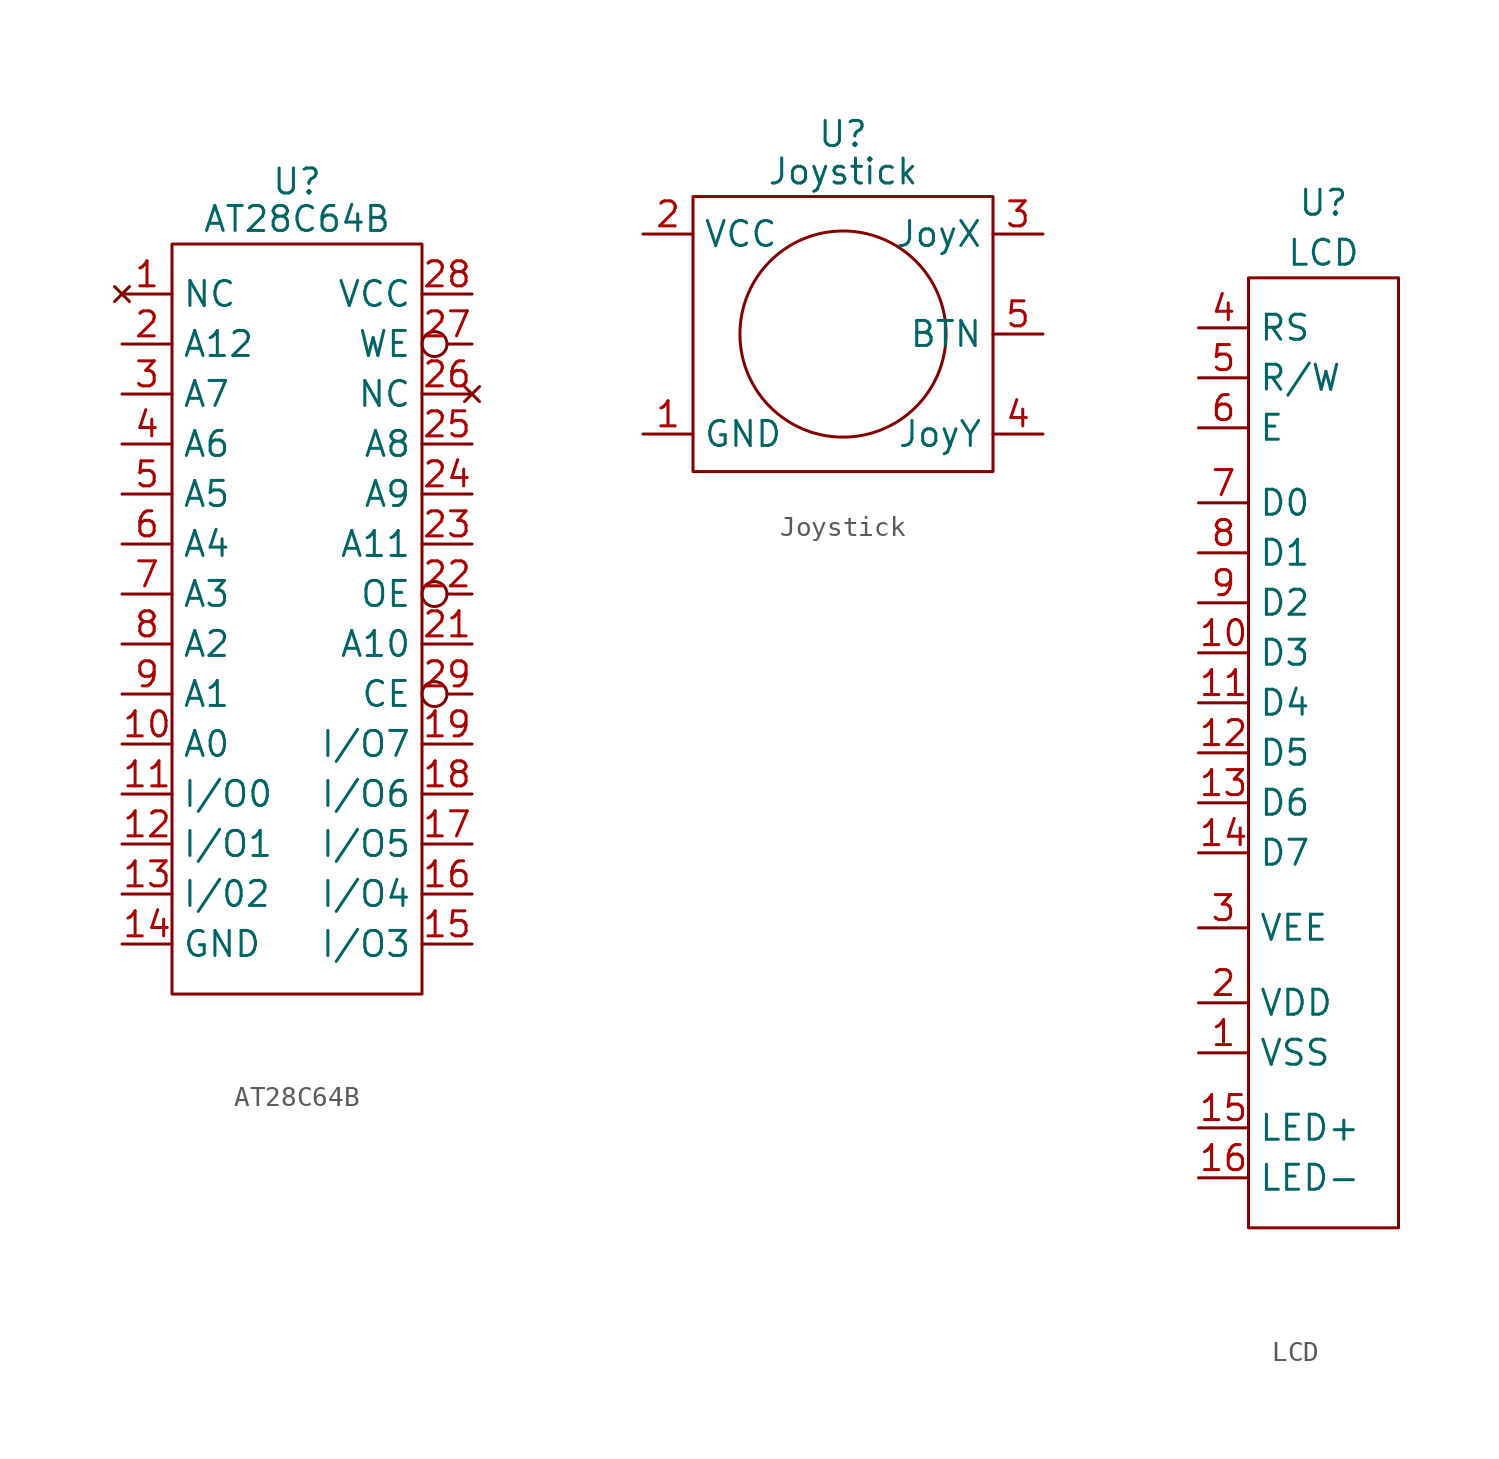
<source format=kicad_sym>
(kicad_symbol_lib
  (version 20211014)
  (generator kicad_symbol_editor)
  (symbol "AT28C64B"
    (property "Reference" "U"
      (at 0 20.955 0)
      (effects (font (size 1.27 1.27))))
    (property "Value" "AT28C64B"
      (at 0 19.05 0)
      (effects (font (size 1.27 1.27))))
    (symbol "AT28C64B_0_1"
      (rectangle (start -6.35 17.78) (end 6.35 -20.32) (stroke (width 0.152) (type default) (color 0 0 0 0)) (fill (type none))))
    (symbol "AT28C64B_1_1"
      (pin no_connect line (at -8.89 15.24 0) (length 2.54) (name "NC" (effects (font (size 1.27 1.27)))) (number "1" (effects (font (size 1.27 1.27)))))
      (pin input line (at -8.89 -7.62 0) (length 2.54) (name "A0" (effects (font (size 1.27 1.27)))) (number "10" (effects (font (size 1.27 1.27)))))
      (pin bidirectional line (at -8.89 -10.16 0) (length 2.54) (name "I/O0" (effects (font (size 1.27 1.27)))) (number "11" (effects (font (size 1.27 1.27)))))
      (pin bidirectional line (at -8.89 -12.7 0) (length 2.54) (name "I/O1" (effects (font (size 1.27 1.27)))) (number "12" (effects (font (size 1.27 1.27)))))
      (pin bidirectional line (at -8.89 -15.24 0) (length 2.54) (name "I/02" (effects (font (size 1.27 1.27)))) (number "13" (effects (font (size 1.27 1.27)))))
      (pin power_in line (at -8.89 -17.78 0) (length 2.54) (name "GND" (effects (font (size 1.27 1.27)))) (number "14" (effects (font (size 1.27 1.27)))))
      (pin bidirectional line (at 8.89 -17.78 180) (length 2.54) (name "I/O3" (effects (font (size 1.27 1.27)))) (number "15" (effects (font (size 1.27 1.27)))))
      (pin bidirectional line (at 8.89 -15.24 180) (length 2.54) (name "I/O4" (effects (font (size 1.27 1.27)))) (number "16" (effects (font (size 1.27 1.27)))))
      (pin bidirectional line (at 8.89 -12.7 180) (length 2.54) (name "I/O5" (effects (font (size 1.27 1.27)))) (number "17" (effects (font (size 1.27 1.27)))))
      (pin bidirectional line (at 8.89 -10.16 180) (length 2.54) (name "I/O6" (effects (font (size 1.27 1.27)))) (number "18" (effects (font (size 1.27 1.27)))))
      (pin bidirectional line (at 8.89 -7.62 180) (length 2.54) (name "I/O7" (effects (font (size 1.27 1.27)))) (number "19" (effects (font (size 1.27 1.27)))))
      (pin input line (at -8.89 12.7 0) (length 2.54) (name "A12" (effects (font (size 1.27 1.27)))) (number "2" (effects (font (size 1.27 1.27)))))
      (pin input line (at 8.89 -2.54 180) (length 2.54) (name "A10" (effects (font (size 1.27 1.27)))) (number "21" (effects (font (size 1.27 1.27)))))
      (pin input inverted (at 8.89 0 180) (length 2.54) (name "OE" (effects (font (size 1.27 1.27)))) (number "22" (effects (font (size 1.27 1.27)))))
      (pin input line (at 8.89 2.54 180) (length 2.54) (name "A11" (effects (font (size 1.27 1.27)))) (number "23" (effects (font (size 1.27 1.27)))))
      (pin input line (at 8.89 5.08 180) (length 2.54) (name "A9" (effects (font (size 1.27 1.27)))) (number "24" (effects (font (size 1.27 1.27)))))
      (pin input line (at 8.89 7.62 180) (length 2.54) (name "A8" (effects (font (size 1.27 1.27)))) (number "25" (effects (font (size 1.27 1.27)))))
      (pin no_connect line (at 8.89 10.16 180) (length 2.54) (name "NC" (effects (font (size 1.27 1.27)))) (number "26" (effects (font (size 1.27 1.27)))))
      (pin input inverted (at 8.89 12.7 180) (length 2.54) (name "WE" (effects (font (size 1.27 1.27)))) (number "27" (effects (font (size 1.27 1.27)))))
      (pin power_in line (at 8.89 15.24 180) (length 2.54) (name "VCC" (effects (font (size 1.27 1.27)))) (number "28" (effects (font (size 1.27 1.27)))))
      (pin input inverted (at 8.89 -5.08 180) (length 2.54) (name "CE" (effects (font (size 1.27 1.27)))) (number "29" (effects (font (size 1.27 1.27)))))
      (pin input line (at -8.89 10.16 0) (length 2.54) (name "A7" (effects (font (size 1.27 1.27)))) (number "3" (effects (font (size 1.27 1.27)))))
      (pin input line (at -8.89 7.62 0) (length 2.54) (name "A6" (effects (font (size 1.27 1.27)))) (number "4" (effects (font (size 1.27 1.27)))))
      (pin input line (at -8.89 5.08 0) (length 2.54) (name "A5" (effects (font (size 1.27 1.27)))) (number "5" (effects (font (size 1.27 1.27)))))
      (pin input line (at -8.89 2.54 0) (length 2.54) (name "A4" (effects (font (size 1.27 1.27)))) (number "6" (effects (font (size 1.27 1.27)))))
      (pin input line (at -8.89 0 0) (length 2.54) (name "A3" (effects (font (size 1.27 1.27)))) (number "7" (effects (font (size 1.27 1.27)))))
      (pin input line (at -8.89 -2.54 0) (length 2.54) (name "A2" (effects (font (size 1.27 1.27)))) (number "8" (effects (font (size 1.27 1.27)))))
      (pin input line (at -8.89 -5.08 0) (length 2.54) (name "A1" (effects (font (size 1.27 1.27)))) (number "9" (effects (font (size 1.27 1.27)))))))
  (symbol "Joystick"
    (property "Reference" "U"
      (at 0 10.16 0)
      (effects (font (size 1.27 1.27))))
    (property "Value" "Joystick"
      (at 0 8.255 0)
      (effects (font (size 1.27 1.27))))
    (symbol "Joystick_0_1"
      (rectangle (start -7.62 6.985) (end 7.62 -6.985) (stroke (width 0.152) (type default) (color 0 0 0 0)) (fill (type none)))
      (circle (center 0 0) (radius 5.236) (stroke (width 0.152) (type default) (color 0 0 0 0)) (fill (type none))))
    (symbol "Joystick_1_1"
      (pin power_in line (at -10.16 -5.08 0) (length 2.54) (name "GND" (effects (font (size 1.27 1.27)))) (number "1" (effects (font (size 1.27 1.27)))))
      (pin power_in line (at -10.16 5.08 0) (length 2.54) (name "VCC" (effects (font (size 1.27 1.27)))) (number "2" (effects (font (size 1.27 1.27)))))
      (pin output line (at 10.16 5.08 180) (length 2.54) (name "JoyX" (effects (font (size 1.27 1.27)))) (number "3" (effects (font (size 1.27 1.27)))))
      (pin output line (at 10.16 -5.08 180) (length 2.54) (name "JoyY" (effects (font (size 1.27 1.27)))) (number "4" (effects (font (size 1.27 1.27)))))
      (pin output line (at 10.16 0 180) (length 2.54) (name "BTN" (effects (font (size 1.27 1.27)))) (number "5" (effects (font (size 1.27 1.27)))))))
  (symbol "LCD"
    (property "Reference" "U"
      (at 1.27 3.81 0)
      (effects (font (size 1.27 1.27))))
    (property "Value" "LCD"
      (at 1.27 1.27 0)
      (effects (font (size 1.27 1.27))))
    (symbol "LCD_0_1"
      (rectangle (start -2.54 0) (end 5.08 -48.26) (stroke (width 0.152) (type default) (color 0 0 0 0)) (fill (type none))))
    (symbol "LCD_1_1"
      (pin power_in line (at -5.08 -39.37 0) (length 2.54) (name "VSS" (effects (font (size 1.27 1.27)))) (number "1" (effects (font (size 1.27 1.27)))))
      (pin bidirectional line (at -5.08 -19.05 0) (length 2.54) (name "D3" (effects (font (size 1.27 1.27)))) (number "10" (effects (font (size 1.27 1.27)))))
      (pin bidirectional line (at -5.08 -21.59 0) (length 2.54) (name "D4" (effects (font (size 1.27 1.27)))) (number "11" (effects (font (size 1.27 1.27)))))
      (pin bidirectional line (at -5.08 -24.13 0) (length 2.54) (name "D5" (effects (font (size 1.27 1.27)))) (number "12" (effects (font (size 1.27 1.27)))))
      (pin bidirectional line (at -5.08 -26.67 0) (length 2.54) (name "D6" (effects (font (size 1.27 1.27)))) (number "13" (effects (font (size 1.27 1.27)))))
      (pin bidirectional line (at -5.08 -29.21 0) (length 2.54) (name "D7" (effects (font (size 1.27 1.27)))) (number "14" (effects (font (size 1.27 1.27)))))
      (pin input line (at -5.08 -43.18 0) (length 2.54) (name "LED+" (effects (font (size 1.27 1.27)))) (number "15" (effects (font (size 1.27 1.27)))))
      (pin input line (at -5.08 -45.72 0) (length 2.54) (name "LED-" (effects (font (size 1.27 1.27)))) (number "16" (effects (font (size 1.27 1.27)))))
      (pin power_in line (at -5.08 -36.83 0) (length 2.54) (name "VDD" (effects (font (size 1.27 1.27)))) (number "2" (effects (font (size 1.27 1.27)))))
      (pin input line (at -5.08 -33.02 0) (length 2.54) (name "VEE" (effects (font (size 1.27 1.27)))) (number "3" (effects (font (size 1.27 1.27)))))
      (pin input line (at -5.08 -2.54 0) (length 2.54) (name "RS" (effects (font (size 1.27 1.27)))) (number "4" (effects (font (size 1.27 1.27)))))
      (pin input line (at -5.08 -5.08 0) (length 2.54) (name "R/W" (effects (font (size 1.27 1.27)))) (number "5" (effects (font (size 1.27 1.27)))))
      (pin input line (at -5.08 -7.62 0) (length 2.54) (name "E" (effects (font (size 1.27 1.27)))) (number "6" (effects (font (size 1.27 1.27)))))
      (pin bidirectional line (at -5.08 -11.43 0) (length 2.54) (name "D0" (effects (font (size 1.27 1.27)))) (number "7" (effects (font (size 1.27 1.27)))))
      (pin bidirectional line (at -5.08 -13.97 0) (length 2.54) (name "D1" (effects (font (size 1.27 1.27)))) (number "8" (effects (font (size 1.27 1.27)))))
      (pin bidirectional line (at -5.08 -16.51 0) (length 2.54) (name "D2" (effects (font (size 1.27 1.27)))) (number "9" (effects (font (size 1.27 1.27))))))))
</source>
